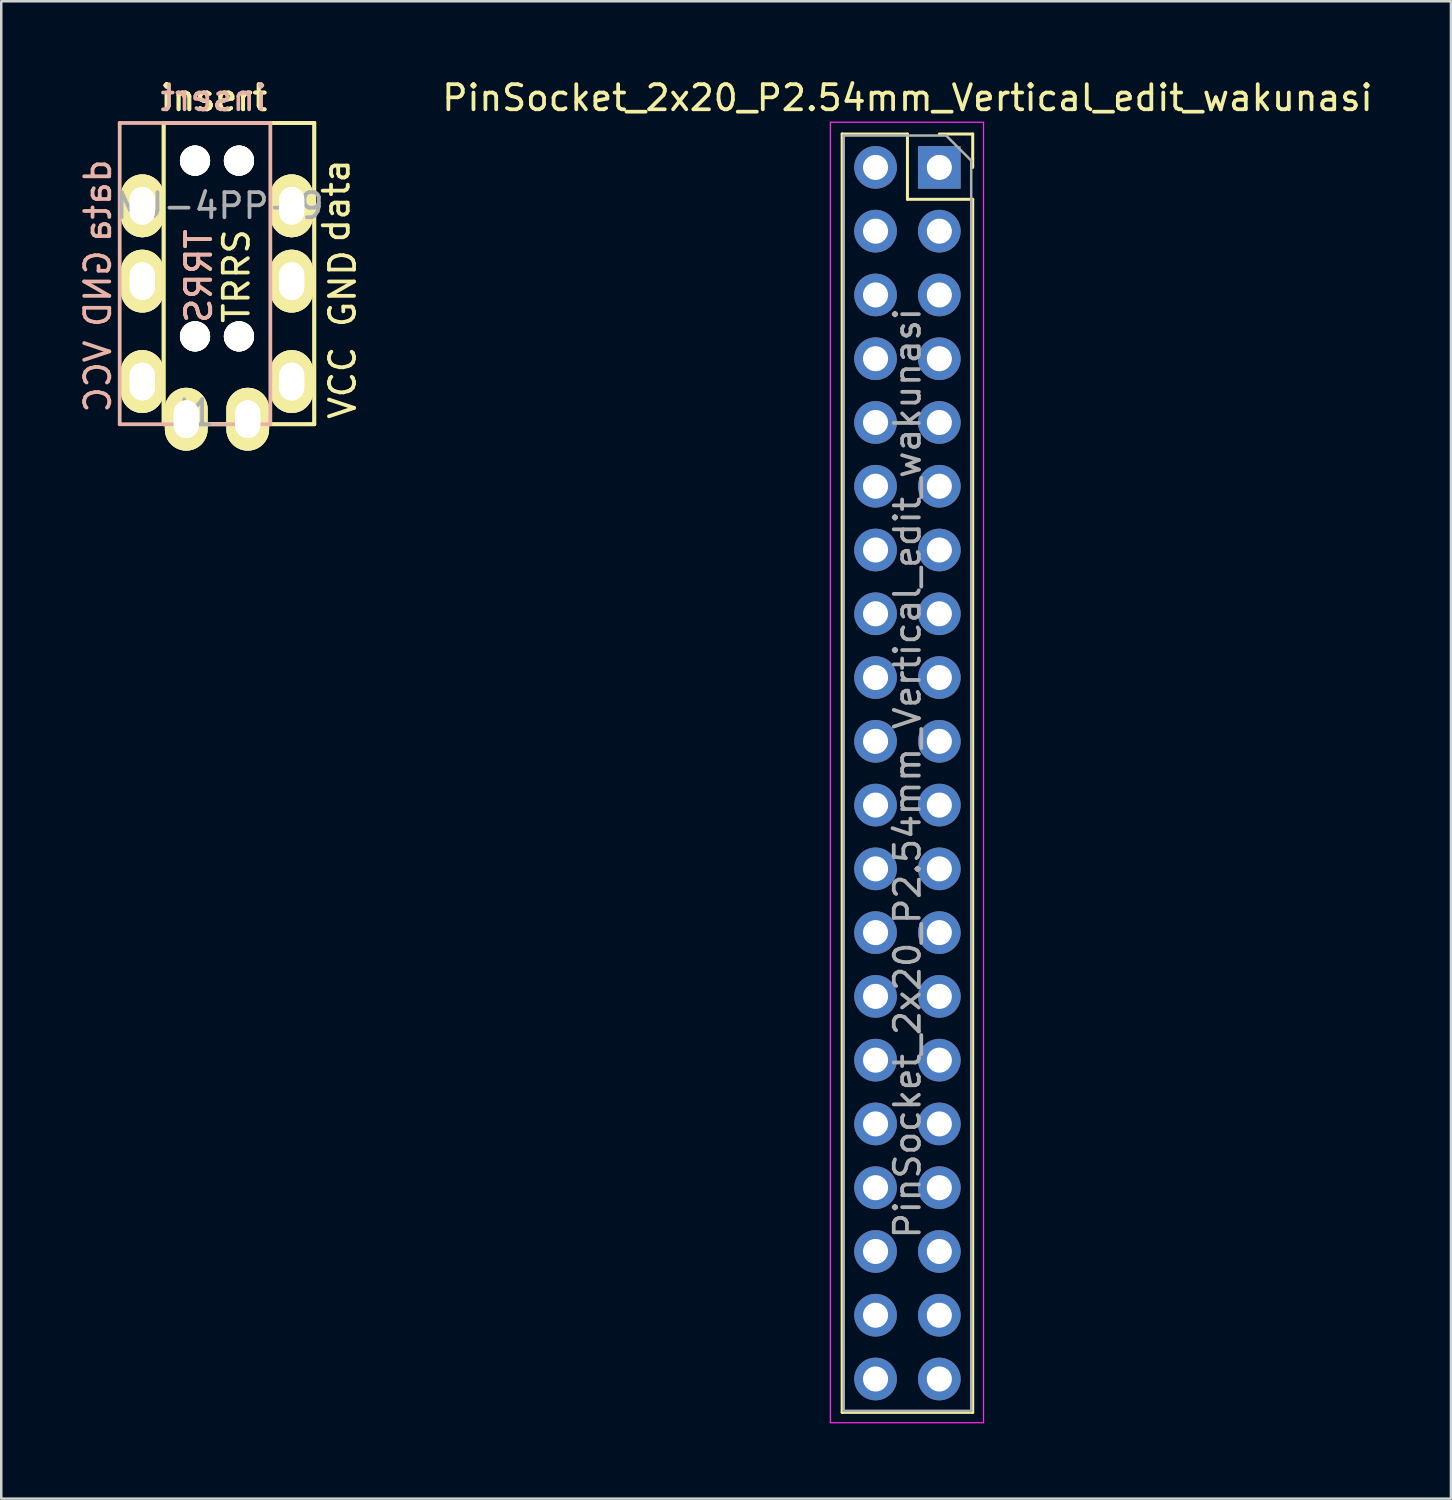
<source format=kicad_pcb>
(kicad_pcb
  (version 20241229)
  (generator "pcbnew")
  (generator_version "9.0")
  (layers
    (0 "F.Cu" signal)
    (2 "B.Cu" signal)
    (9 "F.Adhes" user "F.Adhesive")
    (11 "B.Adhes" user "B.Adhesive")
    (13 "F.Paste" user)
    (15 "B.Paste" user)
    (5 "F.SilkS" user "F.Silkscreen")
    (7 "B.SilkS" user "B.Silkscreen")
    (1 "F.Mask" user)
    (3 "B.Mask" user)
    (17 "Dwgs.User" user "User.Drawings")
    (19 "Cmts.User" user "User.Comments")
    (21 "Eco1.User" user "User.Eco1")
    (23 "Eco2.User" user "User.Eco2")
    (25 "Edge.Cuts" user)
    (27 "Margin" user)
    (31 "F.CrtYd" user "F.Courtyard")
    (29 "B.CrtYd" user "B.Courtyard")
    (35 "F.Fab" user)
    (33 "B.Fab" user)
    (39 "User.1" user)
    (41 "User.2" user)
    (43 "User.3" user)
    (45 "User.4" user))
  (footprint "PinSocket_2x20_P2.54mm_Vertical_edit_wakunasi"
    (layer "F.Cu")
    (at 34.365 3.618)
    (property "Reference" "PinSocket_2x20_P2.54mm_Vertical_edit_wakunasi" (at -1.27 -2.77 0) (layer "F.SilkS") (effects (font (size 1 1) (thickness 0.15))))
    (attr through_hole)
    (fp_line (start -3.87 -1.33) (end -3.87 49.59) (stroke (width 0.12) (type solid)) (layer "F.SilkS"))
    (fp_line (start -3.87 -1.33) (end -1.27 -1.33) (stroke (width 0.12) (type solid)) (layer "F.SilkS"))
    (fp_line (start -3.87 49.59) (end 1.33 49.59) (stroke (width 0.12) (type solid)) (layer "F.SilkS"))
    (fp_line (start -1.27 -1.33) (end -1.27 1.27) (stroke (width 0.12) (type solid)) (layer "F.SilkS"))
    (fp_line (start -1.27 1.27) (end 1.33 1.27) (stroke (width 0.12) (type solid)) (layer "F.SilkS"))
    (fp_line (start 0 -1.33) (end 1.33 -1.33) (stroke (width 0.12) (type solid)) (layer "F.SilkS"))
    (fp_line (start 1.33 -1.33) (end 1.33 0) (stroke (width 0.12) (type solid)) (layer "F.SilkS"))
    (fp_line (start 1.33 1.27) (end 1.33 49.59) (stroke (width 0.12) (type solid)) (layer "F.SilkS"))
    (fp_line (start -4.34 -1.8) (end 1.76 -1.8) (stroke (width 0.05) (type solid)) (layer "F.CrtYd"))
    (fp_line (start -4.34 50) (end -4.34 -1.8) (stroke (width 0.05) (type solid)) (layer "F.CrtYd"))
    (fp_line (start 1.76 -1.8) (end 1.76 50) (stroke (width 0.05) (type solid)) (layer "F.CrtYd"))
    (fp_line (start 1.76 50) (end -4.34 50) (stroke (width 0.05) (type solid)) (layer "F.CrtYd"))
    (fp_line (start -3.81 -1.27) (end 0.27 -1.27) (stroke (width 0.1) (type solid)) (layer "F.Fab"))
    (fp_line (start -3.81 49.53) (end -3.81 -1.27) (stroke (width 0.1) (type solid)) (layer "F.Fab"))
    (fp_line (start 0.27 -1.27) (end 1.27 -0.27) (stroke (width 0.1) (type solid)) (layer "F.Fab"))
    (fp_line (start 1.27 -0.27) (end 1.27 49.53) (stroke (width 0.1) (type solid)) (layer "F.Fab"))
    (fp_line (start 1.27 49.53) (end -3.81 49.53) (stroke (width 0.1) (type solid)) (layer "F.Fab"))
    (fp_text user "${REFERENCE}" (at -1.27 24.13 90) (layer "F.Fab") (effects (font (size 1 1) (thickness 0.15))))
    (pad "1" thru_hole rect (at 0 0) (size 1.7 1.7) (drill 1) (layers "*.Cu" "*.Mask"))
    (pad "2" thru_hole oval (at -2.54 0) (size 1.7 1.7) (drill 1) (layers "*.Cu" "*.Mask"))
    (pad "3" thru_hole oval (at 0 2.54) (size 1.7 1.7) (drill 1) (layers "*.Cu" "*.Mask"))
    (pad "4" thru_hole oval (at -2.54 2.54) (size 1.7 1.7) (drill 1) (layers "*.Cu" "*.Mask"))
    (pad "5" thru_hole oval (at 0 5.08) (size 1.7 1.7) (drill 1) (layers "*.Cu" "*.Mask"))
    (pad "6" thru_hole oval (at -2.54 5.08) (size 1.7 1.7) (drill 1) (layers "*.Cu" "*.Mask"))
    (pad "7" thru_hole oval (at 0 7.62) (size 1.7 1.7) (drill 1) (layers "*.Cu" "*.Mask"))
    (pad "8" thru_hole oval (at -2.54 7.62) (size 1.7 1.7) (drill 1) (layers "*.Cu" "*.Mask"))
    (pad "9" thru_hole oval (at 0 10.16) (size 1.7 1.7) (drill 1) (layers "*.Cu" "*.Mask"))
    (pad "10" thru_hole oval (at -2.54 10.16) (size 1.7 1.7) (drill 1) (layers "*.Cu" "*.Mask"))
    (pad "11" thru_hole oval (at 0 12.7) (size 1.7 1.7) (drill 1) (layers "*.Cu" "*.Mask"))
    (pad "12" thru_hole oval (at -2.54 12.7) (size 1.7 1.7) (drill 1) (layers "*.Cu" "*.Mask"))
    (pad "13" thru_hole oval (at 0 15.24) (size 1.7 1.7) (drill 1) (layers "*.Cu" "*.Mask"))
    (pad "14" thru_hole oval (at -2.54 15.24) (size 1.7 1.7) (drill 1) (layers "*.Cu" "*.Mask"))
    (pad "15" thru_hole oval (at 0 17.78) (size 1.7 1.7) (drill 1) (layers "*.Cu" "*.Mask"))
    (pad "16" thru_hole oval (at -2.54 17.78) (size 1.7 1.7) (drill 1) (layers "*.Cu" "*.Mask"))
    (pad "17" thru_hole oval (at 0 20.32) (size 1.7 1.7) (drill 1) (layers "*.Cu" "*.Mask"))
    (pad "18" thru_hole oval (at -2.54 20.32) (size 1.7 1.7) (drill 1) (layers "*.Cu" "*.Mask"))
    (pad "19" thru_hole oval (at 0 22.86) (size 1.7 1.7) (drill 1) (layers "*.Cu" "*.Mask"))
    (pad "20" thru_hole oval (at -2.54 22.86) (size 1.7 1.7) (drill 1) (layers "*.Cu" "*.Mask"))
    (pad "21" thru_hole oval (at 0 25.4) (size 1.7 1.7) (drill 1) (layers "*.Cu" "*.Mask"))
    (pad "22" thru_hole oval (at -2.54 25.4) (size 1.7 1.7) (drill 1) (layers "*.Cu" "*.Mask"))
    (pad "23" thru_hole oval (at 0 27.94) (size 1.7 1.7) (drill 1) (layers "*.Cu" "*.Mask"))
    (pad "24" thru_hole oval (at -2.54 27.94) (size 1.7 1.7) (drill 1) (layers "*.Cu" "*.Mask"))
    (pad "25" thru_hole oval (at 0 30.48) (size 1.7 1.7) (drill 1) (layers "*.Cu" "*.Mask"))
    (pad "26" thru_hole oval (at -2.54 30.48) (size 1.7 1.7) (drill 1) (layers "*.Cu" "*.Mask"))
    (pad "27" thru_hole oval (at 0 33.02) (size 1.7 1.7) (drill 1) (layers "*.Cu" "*.Mask"))
    (pad "28" thru_hole oval (at -2.54 33.02) (size 1.7 1.7) (drill 1) (layers "*.Cu" "*.Mask"))
    (pad "29" thru_hole oval (at 0 35.56) (size 1.7 1.7) (drill 1) (layers "*.Cu" "*.Mask"))
    (pad "30" thru_hole oval (at -2.54 35.56) (size 1.7 1.7) (drill 1) (layers "*.Cu" "*.Mask"))
    (pad "31" thru_hole oval (at 0 38.1) (size 1.7 1.7) (drill 1) (layers "*.Cu" "*.Mask"))
    (pad "32" thru_hole oval (at -2.54 38.1) (size 1.7 1.7) (drill 1) (layers "*.Cu" "*.Mask"))
    (pad "33" thru_hole oval (at 0 40.64) (size 1.7 1.7) (drill 1) (layers "*.Cu" "*.Mask"))
    (pad "34" thru_hole oval (at -2.54 40.64) (size 1.7 1.7) (drill 1) (layers "*.Cu" "*.Mask"))
    (pad "35" thru_hole oval (at 0 43.18) (size 1.7 1.7) (drill 1) (layers "*.Cu" "*.Mask"))
    (pad "36" thru_hole oval (at -2.54 43.18) (size 1.7 1.7) (drill 1) (layers "*.Cu" "*.Mask"))
    (pad "37" thru_hole oval (at 0 45.72) (size 1.7 1.7) (drill 1) (layers "*.Cu" "*.Mask"))
    (pad "38" thru_hole oval (at -2.54 45.72) (size 1.7 1.7) (drill 1) (layers "*.Cu" "*.Mask"))
    (pad "39" thru_hole oval (at 0 48.26) (size 1.7 1.7) (drill 1) (layers "*.Cu" "*.Mask"))
    (pad "40" thru_hole oval (at -2.54 48.26) (size 1.7 1.7) (drill 1) (layers "*.Cu" "*.Mask")))
  (footprint "MJ-4PP-9"
    (layer "F.Cu")
    (at 5.598 8.448)
    (property "Reference" "MJ-4PP-9" (at 0.1 -3.3 0) (layer "F.Fab") (effects (font (size 1 1) (thickness 0.15))))
    (attr through_hole)
    (fp_line (start -2.13 -6.6) (end 3.87 -6.6) (stroke (width 0.15) (type solid)) (layer "F.SilkS"))
    (fp_line (start -2.13 -6.6) (end 3.87 -6.6) (stroke (width 0.15) (type solid)) (layer "F.SilkS"))
    (fp_line (start -2.13 5.4) (end -2.13 -6.6) (stroke (width 0.15) (type solid)) (layer "F.SilkS"))
    (fp_line (start -2.13 5.4) (end -2.13 -6.6) (stroke (width 0.15) (type solid)) (layer "F.SilkS"))
    (fp_line (start 3.87 -6.6) (end 3.87 5.4) (stroke (width 0.15) (type solid)) (layer "F.SilkS"))
    (fp_line (start 3.87 -6.6) (end 3.87 5.4) (stroke (width 0.15) (type solid)) (layer "F.SilkS"))
    (fp_line (start 3.87 5.4) (end -2.13 5.4) (stroke (width 0.15) (type solid)) (layer "F.SilkS"))
    (fp_line (start 3.87 5.4) (end -2.13 5.4) (stroke (width 0.15) (type solid)) (layer "F.SilkS"))
    (fp_line (start -3.88 -6.6) (end 2.12 -6.6) (stroke (width 0.15) (type solid)) (layer "B.SilkS"))
    (fp_line (start -3.88 5.4) (end -3.88 -6.6) (stroke (width 0.15) (type solid)) (layer "B.SilkS"))
    (fp_line (start 2.12 -6.6) (end 2.12 5.4) (stroke (width 0.15) (type solid)) (layer "B.SilkS"))
    (fp_line (start 2.12 5.4) (end -3.88 5.4) (stroke (width 0.15) (type solid)) (layer "B.SilkS"))
    (fp_text user "TRRS" (at 0.77 -0.5 90) (layer "F.SilkS") (effects (font (size 1 1) (thickness 0.15))))
    (fp_text user "GND" (at 5 0 270) (layer "F.SilkS") (effects (font (size 1 1) (thickness 0.15))))
    (fp_text user "insert" (at -0.13 -7.6 0) (layer "F.SilkS") (effects (font (size 1 1) (thickness 0.15))))
    (fp_text user "data" (at 4.75 -3.5 270) (layer "F.SilkS") (effects (font (size 1 1) (thickness 0.15))))
    (fp_text user "VCC" (at 5 3.75 90) (layer "F.SilkS") (effects (font (size 1 1) (thickness 0.15))))
    (fp_text user "insert" (at -0.13 -7.6 0) (layer "F.SilkS") (effects (font (size 1 1) (thickness 0.15))))
    (fp_text user "data" (at -4.75 -3.5 270) (layer "B.SilkS") (effects (font (size 1 1) (thickness 0.15)) (justify mirror)))
    (fp_text user "insert" (at -0.13 -7.6 0) (layer "B.SilkS") (effects (font (size 1 1) (thickness 0.15)) (justify mirror)))
    (fp_text user "TRRS" (at -0.73 -0.5 270) (layer "B.SilkS") (effects (font (size 1 1) (thickness 0.15)) (justify mirror)))
    (fp_text user "VCC" (at -4.75 3.5 90) (layer "B.SilkS") (effects (font (size 1 1) (thickness 0.15)) (justify mirror)))
    (fp_text user "TRRS" (at -0.73 -0.5 270) (layer "B.SilkS") (effects (font (size 1 1) (thickness 0.15)) (justify mirror)))
    (fp_text user "GND" (at -4.75 0 90) (layer "B.SilkS") (effects (font (size 1 1) (thickness 0.15)) (justify mirror)))
    (fp_text user "J1" (at -0.98 4.95 0) (layer "F.Fab") (effects (font (size 1 1) (thickness 0.15))))
    (pad "" np_thru_hole circle (at -0.88 -5.1) (size 1.2 1.2) (drill 1.2) (layers "*.Cu" "*.Mask" "F.SilkS"))
    (pad "" np_thru_hole circle (at -0.88 -5.1) (size 1.2 1.2) (drill 1.2) (layers "*.Cu" "*.Mask" "F.SilkS"))
    (pad "" np_thru_hole circle (at -0.88 1.9) (size 1.2 1.2) (drill 1.2) (layers "*.Cu" "*.Mask" "F.SilkS"))
    (pad "" np_thru_hole circle (at -0.88 1.9) (size 1.2 1.2) (drill 1.2) (layers "*.Cu" "*.Mask" "F.SilkS"))
    (pad "" np_thru_hole circle (at 0.87 -5.1) (size 1.2 1.2) (drill 1.2) (layers "*.Cu" "*.Mask" "F.SilkS"))
    (pad "" np_thru_hole circle (at 0.87 -5.1) (size 1.2 1.2) (drill 1.2) (layers "*.Cu" "*.Mask" "F.SilkS"))
    (pad "" np_thru_hole circle (at 0.87 1.9) (size 1.2 1.2) (drill 1.2) (layers "*.Cu" "*.Mask" "F.SilkS"))
    (pad "" np_thru_hole circle (at 0.87 1.9) (size 1.2 1.2) (drill 1.2) (layers "*.Cu" "*.Mask" "F.SilkS"))
    (pad "A" thru_hole oval (at -1.23 5.2) (size 1.7 2.5) (drill oval 1 1.5) (layers "*.Cu" "*.Mask" "F.SilkS"))
    (pad "A" thru_hole oval (at -1.23 5.2) (size 1.7 2.5) (drill oval 1 1.5) (layers "*.Cu" "*.Mask" "F.SilkS"))
    (pad "A" thru_hole oval (at 1.22 5.2) (size 1.7 2.5) (drill oval 1 1.5) (layers "*.Cu" "*.Mask" "F.SilkS"))
    (pad "A" thru_hole oval (at 1.22 5.2) (size 1.7 2.5) (drill oval 1 1.5) (layers "*.Cu" "*.Mask" "F.SilkS"))
    (pad "B" thru_hole oval (at -2.98 -3.3) (size 1.7 2.5) (drill oval 1 1.5) (layers "*.Cu" "*.Mask" "F.SilkS"))
    (pad "B" thru_hole oval (at -2.98 -3.3) (size 1.7 2.5) (drill oval 1 1.5) (layers "*.Cu" "*.Mask" "F.SilkS"))
    (pad "B" thru_hole oval (at 2.97 -3.3) (size 1.7 2.5) (drill oval 1 1.5) (layers "*.Cu" "*.Mask" "F.SilkS"))
    (pad "B" thru_hole oval (at 2.97 -3.3) (size 1.7 2.5) (drill oval 1 1.5) (layers "*.Cu" "*.Mask" "F.SilkS"))
    (pad "C" thru_hole oval (at -2.98 -0.3) (size 1.7 2.5) (drill oval 1 1.5) (layers "*.Cu" "*.Mask" "F.SilkS"))
    (pad "C" thru_hole oval (at -2.98 -0.3) (size 1.7 2.5) (drill oval 1 1.5) (layers "*.Cu" "*.Mask" "F.SilkS"))
    (pad "C" thru_hole oval (at 2.97 -0.3) (size 1.7 2.5) (drill oval 1 1.5) (layers "*.Cu" "*.Mask" "F.SilkS"))
    (pad "C" thru_hole oval (at 2.97 -0.3) (size 1.7 2.5) (drill oval 1 1.5) (layers "*.Cu" "*.Mask" "F.SilkS"))
    (pad "D" thru_hole oval (at -2.98 3.7) (size 1.7 2.5) (drill oval 1 1.5) (layers "*.Cu" "*.Mask" "F.SilkS"))
    (pad "D" thru_hole oval (at -2.98 3.7) (size 1.7 2.5) (drill oval 1 1.5) (layers "*.Cu" "*.Mask" "F.SilkS"))
    (pad "D" thru_hole oval (at 2.97 3.7) (size 1.7 2.5) (drill oval 1 1.5) (layers "*.Cu" "*.Mask" "F.SilkS"))
    (pad "D" thru_hole oval (at 2.97 3.7) (size 1.7 2.5) (drill oval 1 1.5) (layers "*.Cu" "*.Mask" "F.SilkS")))
  (gr_rect
    (start -3 -3)
    (end 54.744 56.643)
    (stroke (width 0.1) (type default))
    (fill no)
    (layer "Edge.Cuts")))
</source>
